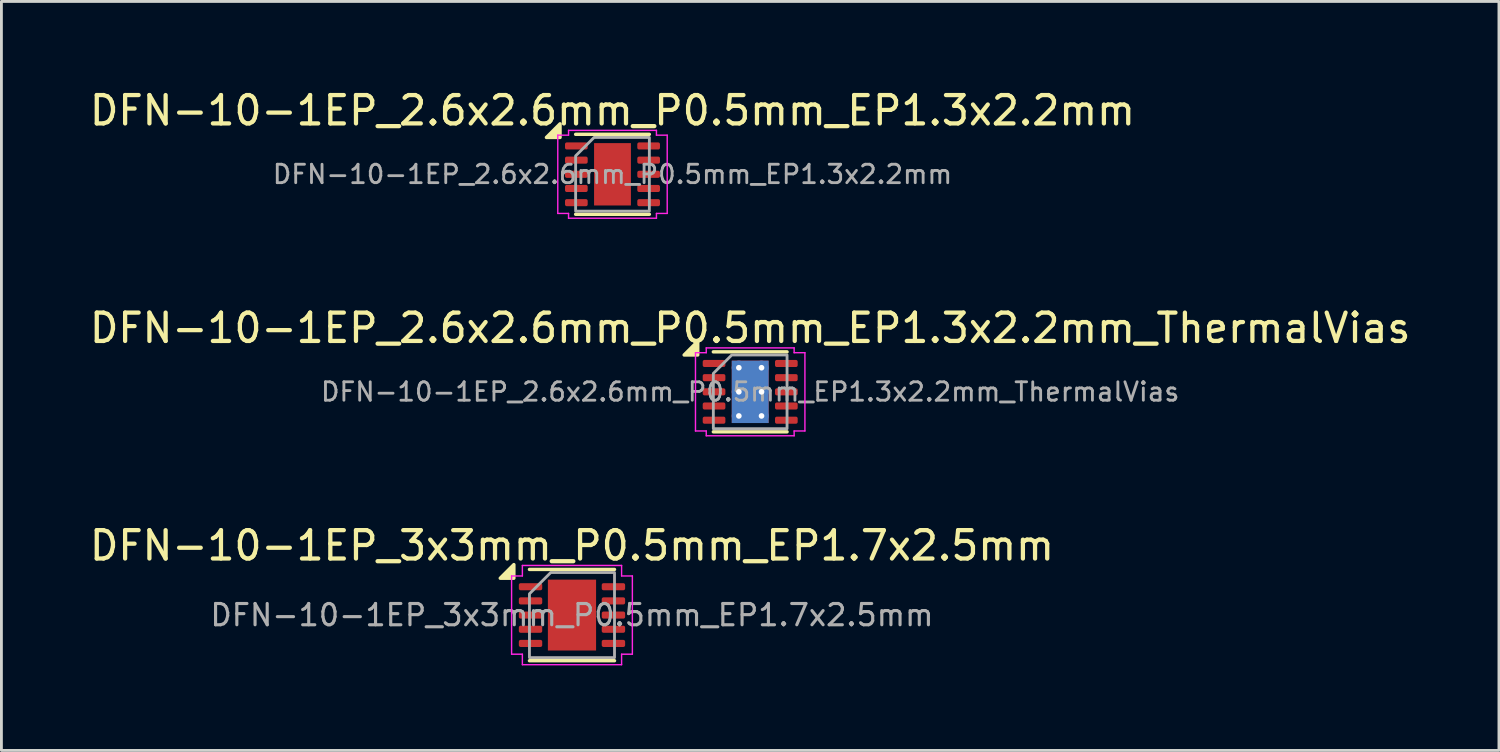
<source format=kicad_pcb>
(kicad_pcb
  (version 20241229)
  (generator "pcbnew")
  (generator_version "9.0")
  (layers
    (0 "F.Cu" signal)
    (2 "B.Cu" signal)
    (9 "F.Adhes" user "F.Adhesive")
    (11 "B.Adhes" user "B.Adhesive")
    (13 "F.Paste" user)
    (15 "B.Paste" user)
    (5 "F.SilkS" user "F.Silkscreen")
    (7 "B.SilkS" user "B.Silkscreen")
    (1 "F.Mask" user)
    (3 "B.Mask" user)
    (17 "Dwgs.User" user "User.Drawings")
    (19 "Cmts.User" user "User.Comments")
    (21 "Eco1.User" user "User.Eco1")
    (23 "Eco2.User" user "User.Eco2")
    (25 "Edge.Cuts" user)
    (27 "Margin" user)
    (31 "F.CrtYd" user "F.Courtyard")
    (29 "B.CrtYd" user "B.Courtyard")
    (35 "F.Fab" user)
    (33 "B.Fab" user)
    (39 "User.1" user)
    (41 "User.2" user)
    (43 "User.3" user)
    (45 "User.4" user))
  (footprint "DFN-10-1EP_2.6x2.6mm_P0.5mm_EP1.3x2.2mm"
    (layer "F.Cu")
    (at 18.554 3.098)
    (property "Reference" "DFN-10-1EP_2.6x2.6mm_P0.5mm_EP1.3x2.2mm" (at 0 -2.25 0) (layer "F.SilkS") (effects (font (size 1 1) (thickness 0.15))))
    (attr smd)
    (fp_line (start -1.3 -1.41) (end 1.3 -1.41) (stroke (width 0.12) (type solid)) (layer "F.SilkS"))
    (fp_line (start -1.3 1.41) (end 1.3 1.41) (stroke (width 0.12) (type solid)) (layer "F.SilkS"))
    (fp_poly (pts (xy -1.85 -1.3) (xy -2.33 -1.3) (xy -1.85 -1.78)) (stroke (width 0.12) (type solid)) (fill yes) (layer "F.SilkS"))
    (fp_line (start -1.93 -1.38) (end -1.55 -1.38) (stroke (width 0.05) (type solid)) (layer "F.CrtYd"))
    (fp_line (start -1.93 1.38) (end -1.93 -1.38) (stroke (width 0.05) (type solid)) (layer "F.CrtYd"))
    (fp_line (start -1.55 -1.55) (end 1.55 -1.55) (stroke (width 0.05) (type solid)) (layer "F.CrtYd"))
    (fp_line (start -1.55 -1.38) (end -1.55 -1.55) (stroke (width 0.05) (type solid)) (layer "F.CrtYd"))
    (fp_line (start -1.55 1.38) (end -1.93 1.38) (stroke (width 0.05) (type solid)) (layer "F.CrtYd"))
    (fp_line (start -1.55 1.55) (end -1.55 1.38) (stroke (width 0.05) (type solid)) (layer "F.CrtYd"))
    (fp_line (start 1.55 -1.55) (end 1.55 -1.38) (stroke (width 0.05) (type solid)) (layer "F.CrtYd"))
    (fp_line (start 1.55 -1.38) (end 1.93 -1.38) (stroke (width 0.05) (type solid)) (layer "F.CrtYd"))
    (fp_line (start 1.55 1.38) (end 1.55 1.55) (stroke (width 0.05) (type solid)) (layer "F.CrtYd"))
    (fp_line (start 1.55 1.55) (end -1.55 1.55) (stroke (width 0.05) (type solid)) (layer "F.CrtYd"))
    (fp_line (start 1.93 -1.38) (end 1.93 1.38) (stroke (width 0.05) (type solid)) (layer "F.CrtYd"))
    (fp_line (start 1.93 1.38) (end 1.55 1.38) (stroke (width 0.05) (type solid)) (layer "F.CrtYd"))
    (fp_poly (pts (xy -1.3 -0.65) (xy -1.3 1.3) (xy 1.3 1.3) (xy 1.3 -1.3) (xy -0.65 -1.3)) (stroke (width 0.1) (type solid)) (fill no) (layer "F.Fab"))
    (fp_text user "${REFERENCE}" (at 0 0 0) (layer "F.Fab") (effects (font (size 0.65 0.65) (thickness 0.1))))
    (pad "" smd roundrect (at -0.325 -0.55) (size 0.52 0.89) (layers "F.Paste") (roundrect_rratio 0.25))
    (pad "" smd roundrect (at -0.325 0.55) (size 0.52 0.89) (layers "F.Paste") (roundrect_rratio 0.25))
    (pad "" smd roundrect (at 0.325 -0.55) (size 0.52 0.89) (layers "F.Paste") (roundrect_rratio 0.25))
    (pad "" smd roundrect (at 0.325 0.55) (size 0.52 0.89) (layers "F.Paste") (roundrect_rratio 0.25))
    (pad "1" smd roundrect (at -1.275 -1) (size 0.8 0.25) (layers "F.Cu" "F.Mask" "F.Paste") (roundrect_rratio 0.25))
    (pad "2" smd roundrect (at -1.275 -0.5) (size 0.8 0.25) (layers "F.Cu" "F.Mask" "F.Paste") (roundrect_rratio 0.25))
    (pad "3" smd roundrect (at -1.275 0) (size 0.8 0.25) (layers "F.Cu" "F.Mask" "F.Paste") (roundrect_rratio 0.25))
    (pad "4" smd roundrect (at -1.275 0.5) (size 0.8 0.25) (layers "F.Cu" "F.Mask" "F.Paste") (roundrect_rratio 0.25))
    (pad "5" smd roundrect (at -1.275 1) (size 0.8 0.25) (layers "F.Cu" "F.Mask" "F.Paste") (roundrect_rratio 0.25))
    (pad "6" smd roundrect (at 1.275 1) (size 0.8 0.25) (layers "F.Cu" "F.Mask" "F.Paste") (roundrect_rratio 0.25))
    (pad "7" smd roundrect (at 1.275 0.5) (size 0.8 0.25) (layers "F.Cu" "F.Mask" "F.Paste") (roundrect_rratio 0.25))
    (pad "8" smd roundrect (at 1.275 0) (size 0.8 0.25) (layers "F.Cu" "F.Mask" "F.Paste") (roundrect_rratio 0.25))
    (pad "9" smd roundrect (at 1.275 -0.5) (size 0.8 0.25) (layers "F.Cu" "F.Mask" "F.Paste") (roundrect_rratio 0.25))
    (pad "10" smd roundrect (at 1.275 -1) (size 0.8 0.25) (layers "F.Cu" "F.Mask" "F.Paste") (roundrect_rratio 0.25))
    (pad "11" smd rect (at 0 0) (size 1.3 2.2) (property pad_prop_heatsink) (layers "F.Cu" "F.Mask")))
  (footprint "DFN-10-1EP_3x3mm_P0.5mm_EP1.7x2.5mm"
    (layer "F.Cu")
    (at 17.125 18.645)
    (property "Reference" "DFN-10-1EP_3x3mm_P0.5mm_EP1.7x2.5mm" (at 0 -2.45 0) (layer "F.SilkS") (effects (font (size 1 1) (thickness 0.15))))
    (attr smd)
    (fp_line (start -1.5 -1.61) (end 1.5 -1.61) (stroke (width 0.12) (type solid)) (layer "F.SilkS"))
    (fp_line (start -1.5 1.61) (end 1.5 1.61) (stroke (width 0.12) (type solid)) (layer "F.SilkS"))
    (fp_poly (pts (xy -2.05 -1.3) (xy -2.53 -1.3) (xy -2.05 -1.78)) (stroke (width 0.12) (type solid)) (fill yes) (layer "F.SilkS"))
    (fp_line (start -2.13 -1.38) (end -1.75 -1.38) (stroke (width 0.05) (type solid)) (layer "F.CrtYd"))
    (fp_line (start -2.13 1.38) (end -2.13 -1.38) (stroke (width 0.05) (type solid)) (layer "F.CrtYd"))
    (fp_line (start -1.75 -1.75) (end 1.75 -1.75) (stroke (width 0.05) (type solid)) (layer "F.CrtYd"))
    (fp_line (start -1.75 -1.38) (end -1.75 -1.75) (stroke (width 0.05) (type solid)) (layer "F.CrtYd"))
    (fp_line (start -1.75 1.38) (end -2.13 1.38) (stroke (width 0.05) (type solid)) (layer "F.CrtYd"))
    (fp_line (start -1.75 1.75) (end -1.75 1.38) (stroke (width 0.05) (type solid)) (layer "F.CrtYd"))
    (fp_line (start 1.75 -1.75) (end 1.75 -1.38) (stroke (width 0.05) (type solid)) (layer "F.CrtYd"))
    (fp_line (start 1.75 -1.38) (end 2.13 -1.38) (stroke (width 0.05) (type solid)) (layer "F.CrtYd"))
    (fp_line (start 1.75 1.38) (end 1.75 1.75) (stroke (width 0.05) (type solid)) (layer "F.CrtYd"))
    (fp_line (start 1.75 1.75) (end -1.75 1.75) (stroke (width 0.05) (type solid)) (layer "F.CrtYd"))
    (fp_line (start 2.13 -1.38) (end 2.13 1.38) (stroke (width 0.05) (type solid)) (layer "F.CrtYd"))
    (fp_line (start 2.13 1.38) (end 1.75 1.38) (stroke (width 0.05) (type solid)) (layer "F.CrtYd"))
    (fp_poly (pts (xy -1.5 -0.75) (xy -1.5 1.5) (xy 1.5 1.5) (xy 1.5 -1.5) (xy -0.75 -1.5)) (stroke (width 0.1) (type solid)) (fill no) (layer "F.Fab"))
    (fp_text user "${REFERENCE}" (at 0 0 0) (layer "F.Fab") (effects (font (size 0.75 0.75) (thickness 0.11))))
    (pad "" smd roundrect (at -0.425 -0.625) (size 0.69 1.01) (layers "F.Paste") (roundrect_rratio 0.25))
    (pad "" smd roundrect (at -0.425 0.625) (size 0.69 1.01) (layers "F.Paste") (roundrect_rratio 0.25))
    (pad "" smd roundrect (at 0.425 -0.625) (size 0.69 1.01) (layers "F.Paste") (roundrect_rratio 0.25))
    (pad "" smd roundrect (at 0.425 0.625) (size 0.69 1.01) (layers "F.Paste") (roundrect_rratio 0.25))
    (pad "1" smd roundrect (at -1.462 -1) (size 0.825 0.25) (layers "F.Cu" "F.Mask" "F.Paste") (roundrect_rratio 0.25))
    (pad "2" smd roundrect (at -1.462 -0.5) (size 0.825 0.25) (layers "F.Cu" "F.Mask" "F.Paste") (roundrect_rratio 0.25))
    (pad "3" smd roundrect (at -1.462 0) (size 0.825 0.25) (layers "F.Cu" "F.Mask" "F.Paste") (roundrect_rratio 0.25))
    (pad "4" smd roundrect (at -1.462 0.5) (size 0.825 0.25) (layers "F.Cu" "F.Mask" "F.Paste") (roundrect_rratio 0.25))
    (pad "5" smd roundrect (at -1.462 1) (size 0.825 0.25) (layers "F.Cu" "F.Mask" "F.Paste") (roundrect_rratio 0.25))
    (pad "6" smd roundrect (at 1.462 1) (size 0.825 0.25) (layers "F.Cu" "F.Mask" "F.Paste") (roundrect_rratio 0.25))
    (pad "7" smd roundrect (at 1.462 0.5) (size 0.825 0.25) (layers "F.Cu" "F.Mask" "F.Paste") (roundrect_rratio 0.25))
    (pad "8" smd roundrect (at 1.462 0) (size 0.825 0.25) (layers "F.Cu" "F.Mask" "F.Paste") (roundrect_rratio 0.25))
    (pad "9" smd roundrect (at 1.462 -0.5) (size 0.825 0.25) (layers "F.Cu" "F.Mask" "F.Paste") (roundrect_rratio 0.25))
    (pad "10" smd roundrect (at 1.462 -1) (size 0.825 0.25) (layers "F.Cu" "F.Mask" "F.Paste") (roundrect_rratio 0.25))
    (pad "11" smd rect (at 0 0) (size 1.7 2.5) (property pad_prop_heatsink) (layers "F.Cu" "F.Mask")))
  (footprint "DFN-10-1EP_2.6x2.6mm_P0.5mm_EP1.3x2.2mm_ThermalVias"
    (layer "F.Cu")
    (at 23.411 10.771)
    (property "Reference" "DFN-10-1EP_2.6x2.6mm_P0.5mm_EP1.3x2.2mm_ThermalVias" (at 0 -2.25 0) (layer "F.SilkS") (effects (font (size 1 1) (thickness 0.15))))
    (attr smd)
    (fp_line (start -1.3 -1.41) (end 1.3 -1.41) (stroke (width 0.12) (type solid)) (layer "F.SilkS"))
    (fp_line (start -1.3 1.41) (end 1.3 1.41) (stroke (width 0.12) (type solid)) (layer "F.SilkS"))
    (fp_poly (pts (xy -1.85 -1.3) (xy -2.33 -1.3) (xy -1.85 -1.78)) (stroke (width 0.12) (type solid)) (fill yes) (layer "F.SilkS"))
    (fp_line (start -1.93 -1.38) (end -1.55 -1.38) (stroke (width 0.05) (type solid)) (layer "F.CrtYd"))
    (fp_line (start -1.93 1.38) (end -1.93 -1.38) (stroke (width 0.05) (type solid)) (layer "F.CrtYd"))
    (fp_line (start -1.55 -1.55) (end 1.55 -1.55) (stroke (width 0.05) (type solid)) (layer "F.CrtYd"))
    (fp_line (start -1.55 -1.38) (end -1.55 -1.55) (stroke (width 0.05) (type solid)) (layer "F.CrtYd"))
    (fp_line (start -1.55 1.38) (end -1.93 1.38) (stroke (width 0.05) (type solid)) (layer "F.CrtYd"))
    (fp_line (start -1.55 1.55) (end -1.55 1.38) (stroke (width 0.05) (type solid)) (layer "F.CrtYd"))
    (fp_line (start 1.55 -1.55) (end 1.55 -1.38) (stroke (width 0.05) (type solid)) (layer "F.CrtYd"))
    (fp_line (start 1.55 -1.38) (end 1.93 -1.38) (stroke (width 0.05) (type solid)) (layer "F.CrtYd"))
    (fp_line (start 1.55 1.38) (end 1.55 1.55) (stroke (width 0.05) (type solid)) (layer "F.CrtYd"))
    (fp_line (start 1.55 1.55) (end -1.55 1.55) (stroke (width 0.05) (type solid)) (layer "F.CrtYd"))
    (fp_line (start 1.93 -1.38) (end 1.93 1.38) (stroke (width 0.05) (type solid)) (layer "F.CrtYd"))
    (fp_line (start 1.93 1.38) (end 1.55 1.38) (stroke (width 0.05) (type solid)) (layer "F.CrtYd"))
    (fp_poly (pts (xy -1.3 -0.65) (xy -1.3 1.3) (xy 1.3 1.3) (xy 1.3 -1.3) (xy -0.65 -1.3)) (stroke (width 0.1) (type solid)) (fill no) (layer "F.Fab"))
    (fp_text user "${REFERENCE}" (at 0 0 0) (layer "F.Fab") (effects (font (size 0.65 0.65) (thickness 0.1))))
    (pad "" smd roundrect (at -0.325 -0.55) (size 0.52 0.89) (layers "F.Paste") (roundrect_rratio 0.25))
    (pad "" smd roundrect (at -0.325 0.55) (size 0.52 0.89) (layers "F.Paste") (roundrect_rratio 0.25))
    (pad "" smd roundrect (at 0.325 -0.55) (size 0.52 0.89) (layers "F.Paste") (roundrect_rratio 0.25))
    (pad "" smd roundrect (at 0.325 0.55) (size 0.52 0.89) (layers "F.Paste") (roundrect_rratio 0.25))
    (pad "1" smd roundrect (at -1.275 -1) (size 0.8 0.25) (layers "F.Cu" "F.Mask" "F.Paste") (roundrect_rratio 0.25))
    (pad "2" smd roundrect (at -1.275 -0.5) (size 0.8 0.25) (layers "F.Cu" "F.Mask" "F.Paste") (roundrect_rratio 0.25))
    (pad "3" smd roundrect (at -1.275 0) (size 0.8 0.25) (layers "F.Cu" "F.Mask" "F.Paste") (roundrect_rratio 0.25))
    (pad "4" smd roundrect (at -1.275 0.5) (size 0.8 0.25) (layers "F.Cu" "F.Mask" "F.Paste") (roundrect_rratio 0.25))
    (pad "5" smd roundrect (at -1.275 1) (size 0.8 0.25) (layers "F.Cu" "F.Mask" "F.Paste") (roundrect_rratio 0.25))
    (pad "6" smd roundrect (at 1.275 1) (size 0.8 0.25) (layers "F.Cu" "F.Mask" "F.Paste") (roundrect_rratio 0.25))
    (pad "7" smd roundrect (at 1.275 0.5) (size 0.8 0.25) (layers "F.Cu" "F.Mask" "F.Paste") (roundrect_rratio 0.25))
    (pad "8" smd roundrect (at 1.275 0) (size 0.8 0.25) (layers "F.Cu" "F.Mask" "F.Paste") (roundrect_rratio 0.25))
    (pad "9" smd roundrect (at 1.275 -0.5) (size 0.8 0.25) (layers "F.Cu" "F.Mask" "F.Paste") (roundrect_rratio 0.25))
    (pad "10" smd roundrect (at 1.275 -1) (size 0.8 0.25) (layers "F.Cu" "F.Mask" "F.Paste") (roundrect_rratio 0.25))
    (pad "11" thru_hole circle (at -0.4 -0.85) (size 0.5 0.5) (drill 0.2) (property pad_prop_heatsink) (layers "*.Cu"))
    (pad "11" thru_hole circle (at -0.4 0) (size 0.5 0.5) (drill 0.2) (property pad_prop_heatsink) (layers "*.Cu"))
    (pad "11" thru_hole circle (at -0.4 0.85) (size 0.5 0.5) (drill 0.2) (property pad_prop_heatsink) (layers "*.Cu"))
    (pad "11" smd rect (at 0 0) (size 1.3 2.2) (property pad_prop_heatsink) (layers "F.Cu" "F.Mask"))
    (pad "11" smd rect (at 0 0) (size 1.3 2.2) (property pad_prop_heatsink) (layers "B.Cu"))
    (pad "11" thru_hole circle (at 0.4 -0.85) (size 0.5 0.5) (drill 0.2) (property pad_prop_heatsink) (layers "*.Cu"))
    (pad "11" thru_hole circle (at 0.4 0) (size 0.5 0.5) (drill 0.2) (property pad_prop_heatsink) (layers "*.Cu"))
    (pad "11" thru_hole circle (at 0.4 0.85) (size 0.5 0.5) (drill 0.2) (property pad_prop_heatsink) (layers "*.Cu")))
  (gr_rect
    (start -3 -3)
    (end 49.821 23.42)
    (stroke (width 0.1) (type default))
    (fill no)
    (layer "Edge.Cuts")))
</source>
